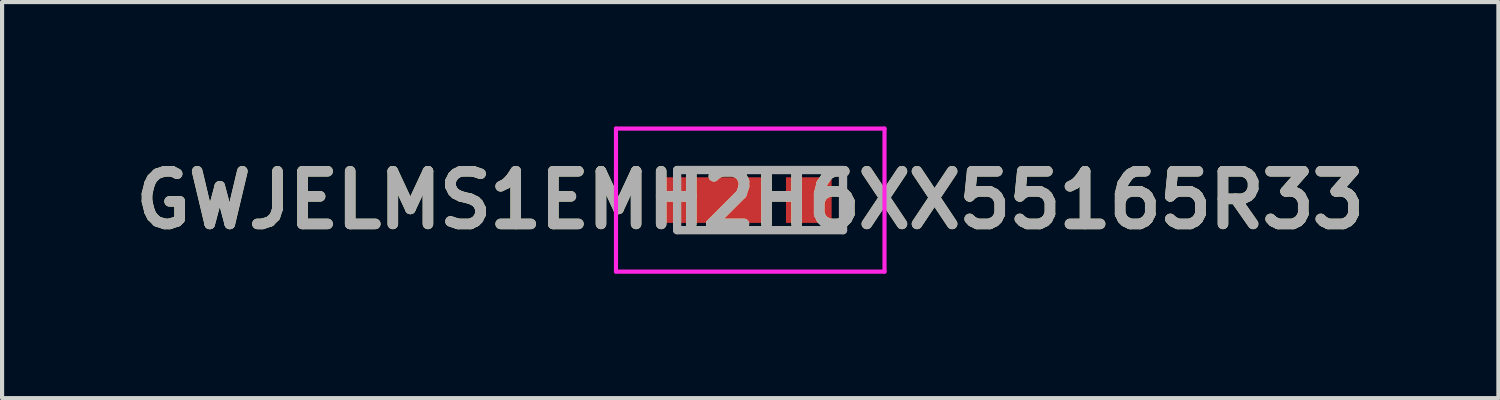
<source format=kicad_pcb>
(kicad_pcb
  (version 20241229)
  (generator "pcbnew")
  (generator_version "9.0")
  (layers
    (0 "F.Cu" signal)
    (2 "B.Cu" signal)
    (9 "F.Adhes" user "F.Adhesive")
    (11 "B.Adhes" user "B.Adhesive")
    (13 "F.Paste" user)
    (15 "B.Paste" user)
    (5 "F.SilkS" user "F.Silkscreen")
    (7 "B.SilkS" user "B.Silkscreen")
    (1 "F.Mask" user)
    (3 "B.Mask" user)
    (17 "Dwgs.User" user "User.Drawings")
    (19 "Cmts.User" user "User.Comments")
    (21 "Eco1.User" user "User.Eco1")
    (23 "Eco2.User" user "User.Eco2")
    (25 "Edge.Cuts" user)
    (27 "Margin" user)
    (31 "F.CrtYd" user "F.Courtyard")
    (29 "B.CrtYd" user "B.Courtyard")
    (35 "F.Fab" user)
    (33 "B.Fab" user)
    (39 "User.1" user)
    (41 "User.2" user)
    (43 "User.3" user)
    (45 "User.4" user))
  (footprint "GWJELMS1EMH2H6XX55165R33"
    (layer "F.Cu")
    (at 15.278 1.775)
    (property "Reference" "GWJELMS1EMH2H6XX55165R33" (at -0.238 0 0) (layer "F.SilkS") (effects (font (size 1.27 1.27) (thickness 0.254))))
    (attr smd)
    (fp_line (start -2 -0.725) (end 2 -0.725) (stroke (width 0.1) (type solid)) (layer "F.SilkS"))
    (fp_line (start 2 -0.725) (end 2 0.725) (stroke (width 0.1) (type solid)) (layer "F.SilkS"))
    (fp_line (start 2 0.725) (end -2 0.725) (stroke (width 0.1) (type solid)) (layer "F.SilkS"))
    (fp_line (start -3.475 -1.725) (end 3 -1.725) (stroke (width 0.1) (type solid)) (layer "F.CrtYd"))
    (fp_line (start -3.475 1.725) (end -3.475 -1.725) (stroke (width 0.1) (type solid)) (layer "F.CrtYd"))
    (fp_line (start 3 -1.725) (end 3 1.725) (stroke (width 0.1) (type solid)) (layer "F.CrtYd"))
    (fp_line (start 3 1.725) (end -3.475 1.725) (stroke (width 0.1) (type solid)) (layer "F.CrtYd"))
    (fp_line (start -2 -0.725) (end 2 -0.725) (stroke (width 0.2) (type solid)) (layer "F.Fab"))
    (fp_line (start -2 0.725) (end -2 -0.725) (stroke (width 0.2) (type solid)) (layer "F.Fab"))
    (fp_line (start 2 -0.725) (end 2 0.725) (stroke (width 0.2) (type solid)) (layer "F.Fab"))
    (fp_line (start 2 0.725) (end -2 0.725) (stroke (width 0.2) (type solid)) (layer "F.Fab"))
    (fp_text user "${REFERENCE}" (at -0.238 0 0) (layer "F.Fab") (effects (font (size 1.27 1.27) (thickness 0.254))))
    (pad "1" smd rect (at -1.175 0 90) (size 1.1 2.6) (layers "F.Cu" "F.Mask" "F.Paste"))
    (pad "2" smd rect (at 1.175 0 90) (size 1.1 1.1) (layers "F.Cu" "F.Mask" "F.Paste")))
  (gr_rect
    (start -3 -3)
    (end 33.081 6.55)
    (stroke (width 0.1) (type default))
    (fill no)
    (layer "Edge.Cuts")))
</source>
